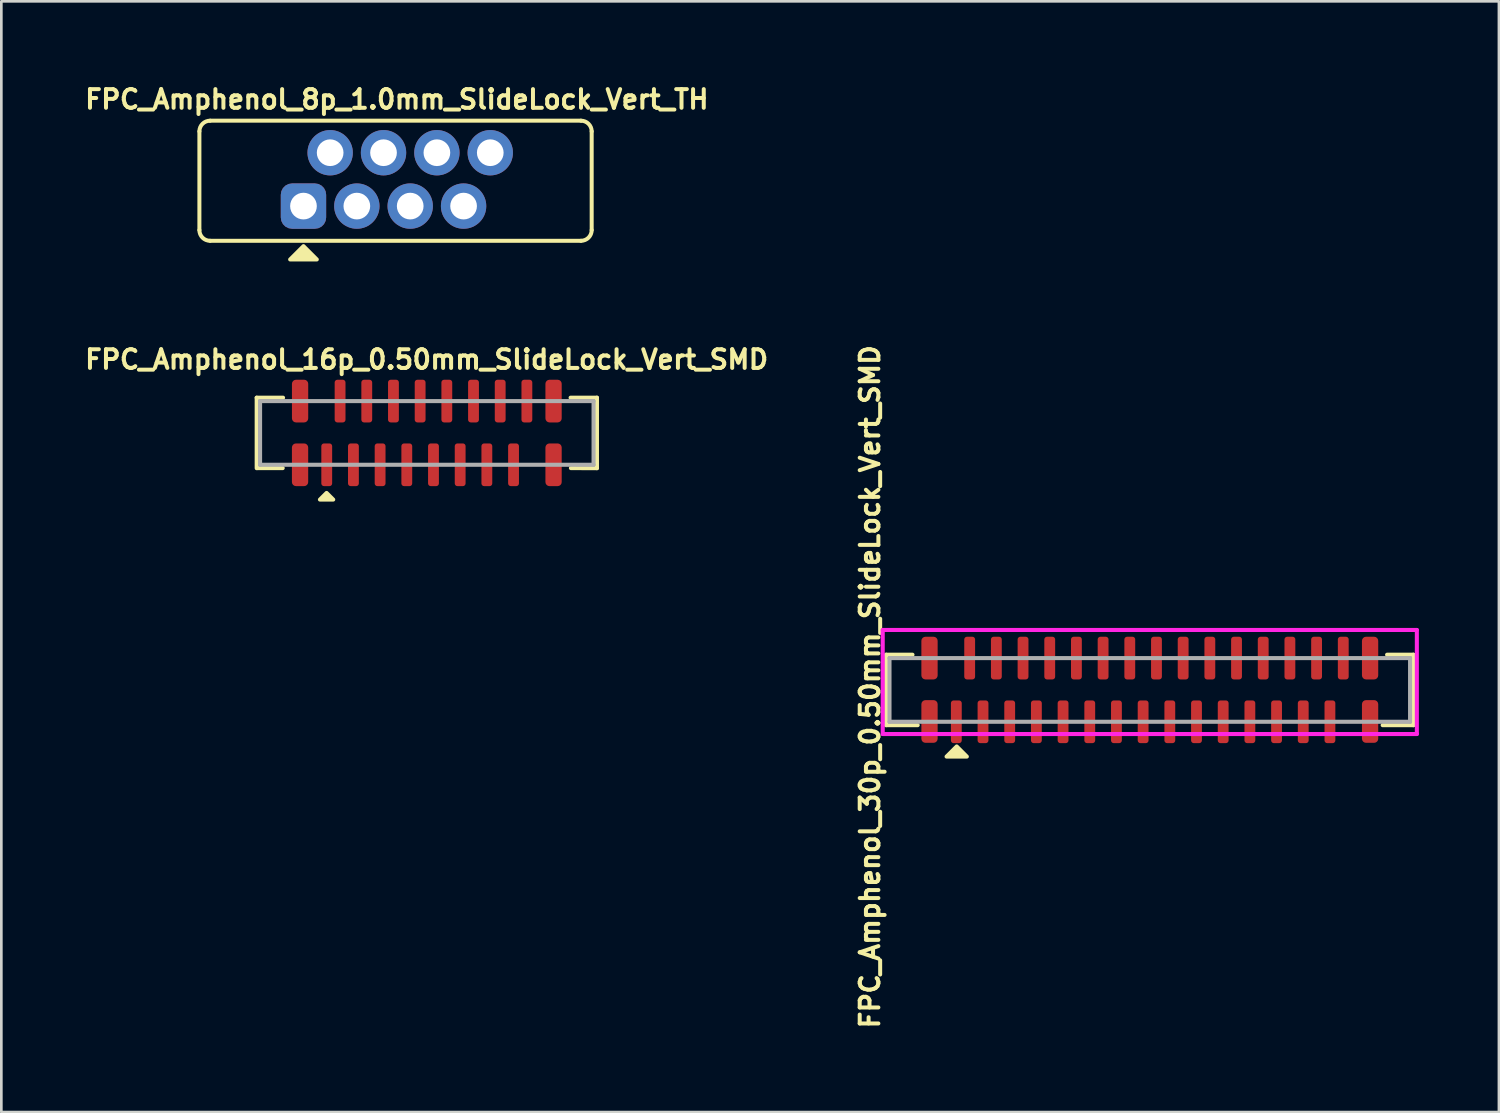
<source format=kicad_pcb>
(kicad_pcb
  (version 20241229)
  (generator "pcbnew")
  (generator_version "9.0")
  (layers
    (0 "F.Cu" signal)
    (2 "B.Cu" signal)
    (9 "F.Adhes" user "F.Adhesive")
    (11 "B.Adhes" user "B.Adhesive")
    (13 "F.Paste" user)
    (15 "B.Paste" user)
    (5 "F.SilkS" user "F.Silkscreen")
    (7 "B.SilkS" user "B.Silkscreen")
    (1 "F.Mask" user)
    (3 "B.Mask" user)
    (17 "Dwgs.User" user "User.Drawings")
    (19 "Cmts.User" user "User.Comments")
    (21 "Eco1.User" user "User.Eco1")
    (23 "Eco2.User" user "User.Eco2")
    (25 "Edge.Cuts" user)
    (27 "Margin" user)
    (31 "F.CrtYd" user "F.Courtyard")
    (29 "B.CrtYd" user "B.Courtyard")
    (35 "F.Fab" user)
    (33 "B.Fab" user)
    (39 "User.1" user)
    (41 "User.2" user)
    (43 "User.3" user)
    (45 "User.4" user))
  (footprint "FPC_Amphenol_30p_0.50mm_SlideLock_Vert_SMD"
    (layer "F.Cu")
    (at 40.04 22.762)
    (property "Reference" "FPC_Amphenol_30p_0.50mm_SlideLock_Vert_SMD" (at -10.49 -0.076 270) (layer "F.SilkS") (effects (font (size 0.7 0.7) (thickness 0.15))))
    (attr through_hole)
    (fp_line (start -9.884 -1.278) (end -9.884 1.363) (stroke (width 0.152) (type solid)) (layer "F.SilkS"))
    (fp_line (start -9.884 1.363) (end -8.701 1.363) (stroke (width 0.152) (type solid)) (layer "F.SilkS"))
    (fp_line (start -8.896 -1.278) (end -9.884 -1.278) (stroke (width 0.152) (type solid)) (layer "F.SilkS"))
    (fp_line (start 8.723 1.363) (end 9.877 1.363) (stroke (width 0.152) (type solid)) (layer "F.SilkS"))
    (fp_line (start 9.877 -1.278) (end 8.889 -1.278) (stroke (width 0.152) (type solid)) (layer "F.SilkS"))
    (fp_line (start 9.877 1.363) (end 9.877 -1.278) (stroke (width 0.152) (type solid)) (layer "F.SilkS"))
    (fp_poly (pts (xy -7.239 2.159) (xy -7.62 2.54) (xy -6.858 2.54)) (stroke (width 0.15) (type solid)) (fill yes) (layer "F.SilkS"))
    (fp_line (start -10.011 -2.205) (end -10.011 1.694) (stroke (width 0.152) (type solid)) (layer "F.CrtYd"))
    (fp_line (start -10.011 1.694) (end 10.004 1.694) (stroke (width 0.152) (type solid)) (layer "F.CrtYd"))
    (fp_line (start 10.004 -2.205) (end -10.011 -2.205) (stroke (width 0.152) (type solid)) (layer "F.CrtYd"))
    (fp_line (start 10.004 1.694) (end 10.004 -2.205) (stroke (width 0.152) (type solid)) (layer "F.CrtYd"))
    (fp_line (start -9.757 -1.151) (end -9.757 1.236) (stroke (width 0.152) (type solid)) (layer "F.Fab"))
    (fp_line (start -9.757 1.236) (end 9.75 1.236) (stroke (width 0.152) (type solid)) (layer "F.Fab"))
    (fp_line (start 9.75 -1.151) (end -9.757 -1.151) (stroke (width 0.152) (type solid)) (layer "F.Fab"))
    (fp_line (start 9.75 1.236) (end 9.75 -1.151) (stroke (width 0.152) (type solid)) (layer "F.Fab"))
    (pad "1" smd roundrect (at -7.253 1.236 270) (size 1.6 0.406) (layers "F.Cu" "F.Mask" "F.Paste") (roundrect_rratio 0.25))
    (pad "2" smd roundrect (at -6.753 -1.151 270) (size 1.6 0.406) (layers "F.Cu" "F.Mask" "F.Paste") (roundrect_rratio 0.25))
    (pad "3" smd roundrect (at -6.253 1.236 270) (size 1.6 0.406) (layers "F.Cu" "F.Mask" "F.Paste") (roundrect_rratio 0.25))
    (pad "4" smd roundrect (at -5.753 -1.151 90) (size 1.6 0.406) (layers "F.Cu" "F.Mask" "F.Paste") (roundrect_rratio 0.25))
    (pad "5" smd roundrect (at -5.253 1.236 270) (size 1.6 0.406) (layers "F.Cu" "F.Mask" "F.Paste") (roundrect_rratio 0.25))
    (pad "6" smd roundrect (at -4.753 -1.151 270) (size 1.6 0.406) (layers "F.Cu" "F.Mask" "F.Paste") (roundrect_rratio 0.25))
    (pad "7" smd roundrect (at -4.253 1.236 270) (size 1.6 0.406) (layers "F.Cu" "F.Mask" "F.Paste") (roundrect_rratio 0.25))
    (pad "8" smd roundrect (at -3.753 -1.151 270) (size 1.6 0.406) (layers "F.Cu" "F.Mask" "F.Paste") (roundrect_rratio 0.25))
    (pad "9" smd roundrect (at -3.253 1.236 270) (size 1.6 0.406) (layers "F.Cu" "F.Mask" "F.Paste") (roundrect_rratio 0.25))
    (pad "10" smd roundrect (at -2.753 -1.151 270) (size 1.6 0.406) (layers "F.Cu" "F.Mask" "F.Paste") (roundrect_rratio 0.25))
    (pad "11" smd roundrect (at -2.253 1.236 270) (size 1.6 0.406) (layers "F.Cu" "F.Mask" "F.Paste") (roundrect_rratio 0.25))
    (pad "12" smd roundrect (at -1.753 -1.151 270) (size 1.6 0.406) (layers "F.Cu" "F.Mask" "F.Paste") (roundrect_rratio 0.25))
    (pad "13" smd roundrect (at -1.253 1.236 270) (size 1.6 0.406) (layers "F.Cu" "F.Mask" "F.Paste") (roundrect_rratio 0.25))
    (pad "14" smd roundrect (at -0.753 -1.151 270) (size 1.6 0.406) (layers "F.Cu" "F.Mask" "F.Paste") (roundrect_rratio 0.25))
    (pad "15" smd roundrect (at -0.253 1.236 270) (size 1.6 0.406) (layers "F.Cu" "F.Mask" "F.Paste") (roundrect_rratio 0.25))
    (pad "16" smd roundrect (at 0.247 -1.151 270) (size 1.6 0.406) (layers "F.Cu" "F.Mask" "F.Paste") (roundrect_rratio 0.25))
    (pad "17" smd roundrect (at 0.747 1.236 270) (size 1.6 0.406) (layers "F.Cu" "F.Mask" "F.Paste") (roundrect_rratio 0.25))
    (pad "18" smd roundrect (at 1.247 -1.151 270) (size 1.6 0.406) (layers "F.Cu" "F.Mask" "F.Paste") (roundrect_rratio 0.25))
    (pad "19" smd roundrect (at 1.747 1.236 270) (size 1.6 0.406) (layers "F.Cu" "F.Mask" "F.Paste") (roundrect_rratio 0.25))
    (pad "20" smd roundrect (at 2.247 -1.151 270) (size 1.6 0.406) (layers "F.Cu" "F.Mask" "F.Paste") (roundrect_rratio 0.25))
    (pad "21" smd roundrect (at 2.747 1.236 270) (size 1.6 0.406) (layers "F.Cu" "F.Mask" "F.Paste") (roundrect_rratio 0.25))
    (pad "22" smd roundrect (at 3.247 -1.151 270) (size 1.6 0.406) (layers "F.Cu" "F.Mask" "F.Paste") (roundrect_rratio 0.25))
    (pad "23" smd roundrect (at 3.747 1.236 270) (size 1.6 0.406) (layers "F.Cu" "F.Mask" "F.Paste") (roundrect_rratio 0.25))
    (pad "24" smd roundrect (at 4.247 -1.151 270) (size 1.6 0.406) (layers "F.Cu" "F.Mask" "F.Paste") (roundrect_rratio 0.25))
    (pad "25" smd roundrect (at 4.747 1.236 270) (size 1.6 0.406) (layers "F.Cu" "F.Mask" "F.Paste") (roundrect_rratio 0.25))
    (pad "26" smd roundrect (at 5.247 -1.151 270) (size 1.6 0.406) (layers "F.Cu" "F.Mask" "F.Paste") (roundrect_rratio 0.25))
    (pad "27" smd roundrect (at 5.747 1.236 270) (size 1.6 0.406) (layers "F.Cu" "F.Mask" "F.Paste") (roundrect_rratio 0.25))
    (pad "28" smd roundrect (at 6.247 -1.151 270) (size 1.6 0.406) (layers "F.Cu" "F.Mask" "F.Paste") (roundrect_rratio 0.25))
    (pad "29" smd roundrect (at 6.747 1.236 270) (size 1.6 0.406) (layers "F.Cu" "F.Mask" "F.Paste") (roundrect_rratio 0.25))
    (pad "30" smd roundrect (at 7.247 -1.151 270) (size 1.6 0.406) (layers "F.Cu" "F.Mask" "F.Paste") (roundrect_rratio 0.25))
    (pad "31" smd roundrect (at -8.258 -1.151 180) (size 0.61 1.6) (layers "F.Cu" "F.Mask" "F.Paste") (roundrect_rratio 0.25))
    (pad "31" smd roundrect (at -8.258 1.224 180) (size 0.61 1.6) (layers "F.Cu" "F.Mask" "F.Paste") (roundrect_rratio 0.25))
    (pad "31" smd roundrect (at 8.252 -1.151 180) (size 0.61 1.6) (layers "F.Cu" "F.Mask" "F.Paste") (roundrect_rratio 0.25))
    (pad "31" smd roundrect (at 8.252 1.224 180) (size 0.61 1.6) (layers "F.Cu" "F.Mask" "F.Paste") (roundrect_rratio 0.25)))
  (footprint "FPC_Amphenol_16p_0.50mm_SlideLock_Vert_SMD"
    (layer "F.Cu")
    (at 12.938 13.171)
    (property "Reference" "FPC_Amphenol_16p_0.50mm_SlideLock_Vert_SMD" (at 0 -2.75 180) (layer "F.SilkS") (effects (font (size 0.7 0.7) (thickness 0.15))))
    (attr smd)
    (fp_line (start -6.369 -1.318) (end -6.369 1.323) (stroke (width 0.152) (type solid)) (layer "F.SilkS"))
    (fp_line (start -6.344 1.321) (end -5.394 1.321) (stroke (width 0.152) (type solid)) (layer "F.SilkS"))
    (fp_line (start -5.381 -1.318) (end -6.369 -1.318) (stroke (width 0.152) (type solid)) (layer "F.SilkS"))
    (fp_line (start 5.406 1.321) (end 6.382 1.323) (stroke (width 0.152) (type solid)) (layer "F.SilkS"))
    (fp_line (start 6.382 -1.318) (end 5.394 -1.318) (stroke (width 0.152) (type solid)) (layer "F.SilkS"))
    (fp_line (start 6.382 1.323) (end 6.382 -1.318) (stroke (width 0.152) (type solid)) (layer "F.SilkS"))
    (fp_poly (pts (xy -3.75 2.25) (xy -4 2.5) (xy -3.5 2.5)) (stroke (width 0.15) (type solid)) (fill yes) (layer "F.SilkS"))
    (fp_line (start -6.242 -1.191) (end -6.242 1.196) (stroke (width 0.152) (type solid)) (layer "F.Fab"))
    (fp_line (start -6.242 1.196) (end 6.255 1.196) (stroke (width 0.152) (type solid)) (layer "F.Fab"))
    (fp_line (start 6.255 -1.191) (end -6.242 -1.191) (stroke (width 0.152) (type solid)) (layer "F.Fab"))
    (fp_line (start 6.255 1.196) (end 6.255 -1.191) (stroke (width 0.152) (type solid)) (layer "F.Fab"))
    (pad "1" smd roundrect (at -3.744 1.196 270) (size 1.6 0.406) (layers "F.Cu" "F.Mask" "F.Paste") (roundrect_rratio 0.25))
    (pad "2" smd roundrect (at -3.244 -1.191 270) (size 1.6 0.406) (layers "F.Cu" "F.Mask" "F.Paste") (roundrect_rratio 0.25))
    (pad "3" smd roundrect (at -2.744 1.196 270) (size 1.6 0.406) (layers "F.Cu" "F.Mask" "F.Paste") (roundrect_rratio 0.25))
    (pad "4" smd roundrect (at -2.244 -1.191 270) (size 1.6 0.406) (layers "F.Cu" "F.Mask" "F.Paste") (roundrect_rratio 0.25))
    (pad "5" smd roundrect (at -1.744 1.196 270) (size 1.6 0.406) (layers "F.Cu" "F.Mask" "F.Paste") (roundrect_rratio 0.25))
    (pad "6" smd roundrect (at -1.244 -1.191 270) (size 1.6 0.406) (layers "F.Cu" "F.Mask" "F.Paste") (roundrect_rratio 0.25))
    (pad "7" smd roundrect (at -0.744 1.196 270) (size 1.6 0.406) (layers "F.Cu" "F.Mask" "F.Paste") (roundrect_rratio 0.25))
    (pad "8" smd roundrect (at -0.244 -1.191 270) (size 1.6 0.406) (layers "F.Cu" "F.Mask" "F.Paste") (roundrect_rratio 0.25))
    (pad "9" smd roundrect (at 0.256 1.196 270) (size 1.6 0.406) (layers "F.Cu" "F.Mask" "F.Paste") (roundrect_rratio 0.25))
    (pad "10" smd roundrect (at 0.756 -1.191 270) (size 1.6 0.406) (layers "F.Cu" "F.Mask" "F.Paste") (roundrect_rratio 0.25))
    (pad "11" smd roundrect (at 1.256 1.196 270) (size 1.6 0.406) (layers "F.Cu" "F.Mask" "F.Paste") (roundrect_rratio 0.25))
    (pad "12" smd roundrect (at 1.756 -1.191 270) (size 1.6 0.406) (layers "F.Cu" "F.Mask" "F.Paste") (roundrect_rratio 0.25))
    (pad "13" smd roundrect (at 2.256 1.196 270) (size 1.6 0.406) (layers "F.Cu" "F.Mask" "F.Paste") (roundrect_rratio 0.25))
    (pad "14" smd roundrect (at 2.756 -1.191 270) (size 1.6 0.406) (layers "F.Cu" "F.Mask" "F.Paste") (roundrect_rratio 0.25))
    (pad "15" smd roundrect (at 3.256 1.196 270) (size 1.6 0.406) (layers "F.Cu" "F.Mask" "F.Paste") (roundrect_rratio 0.25))
    (pad "16" smd roundrect (at 3.756 -1.191 270) (size 1.6 0.406) (layers "F.Cu" "F.Mask" "F.Paste") (roundrect_rratio 0.25))
    (pad "17" smd roundrect (at -4.744 1.196 180) (size 0.61 1.6) (layers "F.Cu" "F.Mask" "F.Paste") (roundrect_rratio 0.25))
    (pad "17" smd roundrect (at -4.743 -1.191 180) (size 0.61 1.6) (layers "F.Cu" "F.Mask" "F.Paste") (roundrect_rratio 0.25))
    (pad "17" smd roundrect (at 4.756 -1.191 180) (size 0.61 1.6) (layers "F.Cu" "F.Mask" "F.Paste") (roundrect_rratio 0.25))
    (pad "17" smd roundrect (at 4.756 1.196 180) (size 0.61 1.6) (layers "F.Cu" "F.Mask" "F.Paste") (roundrect_rratio 0.25)))
  (footprint "FPC_Amphenol_8p_1.0mm_SlideLock_Vert_TH"
    (layer "F.Cu")
    (at 11.822 3.673)
    (property "Reference" "FPC_Amphenol_8p_1.0mm_SlideLock_Vert_TH" (at 0 -3 0) (layer "F.SilkS") (effects (font (size 0.7 0.7) (thickness 0.15))))
    (attr through_hole)
    (fp_line (start -7.4 -1.8) (end -7.4 1.9) (stroke (width 0.15) (type solid)) (layer "F.SilkS"))
    (fp_line (start -7 -2.2) (end 6.9 -2.2) (stroke (width 0.15) (type solid)) (layer "F.SilkS"))
    (fp_line (start 6.9 2.3) (end -7 2.3) (stroke (width 0.15) (type solid)) (layer "F.SilkS"))
    (fp_line (start 7.3 -1.8) (end 7.3 1.9) (stroke (width 0.15) (type solid)) (layer "F.SilkS"))
    (fp_arc (start -7.4 -1.8) (mid -7.282843 -2.082843) (end -7 -2.2) (stroke (width 0.15) (type solid)) (layer "F.SilkS"))
    (fp_arc (start -7 2.3) (mid -7.282843 2.182843) (end -7.4 1.9) (stroke (width 0.15) (type solid)) (layer "F.SilkS"))
    (fp_arc (start 6.9 -2.2) (mid 7.182843 -2.082843) (end 7.3 -1.8) (stroke (width 0.15) (type solid)) (layer "F.SilkS"))
    (fp_arc (start 7.3 1.9) (mid 7.182843 2.182843) (end 6.9 2.3) (stroke (width 0.15) (type solid)) (layer "F.SilkS"))
    (fp_poly (pts (xy -3.5 2.5) (xy -4 3) (xy -3 3)) (stroke (width 0.15) (type solid)) (fill yes) (layer "F.SilkS"))
    (pad "1" thru_hole roundrect (at -3.5 1) (size 1.7 1.7) (drill 1) (layers "*.Cu" "*.Mask") (roundrect_rratio 0.25))
    (pad "2" thru_hole circle (at -2.5 -1) (size 1.7 1.7) (drill 1) (layers "*.Cu" "*.Mask"))
    (pad "3" thru_hole circle (at -1.5 1) (size 1.7 1.7) (drill 1) (layers "*.Cu" "*.Mask"))
    (pad "4" thru_hole circle (at -0.5 -1) (size 1.7 1.7) (drill 1) (layers "*.Cu" "*.Mask"))
    (pad "5" thru_hole circle (at 0.5 1) (size 1.7 1.7) (drill 1) (layers "*.Cu" "*.Mask"))
    (pad "6" thru_hole circle (at 1.5 -1) (size 1.7 1.7) (drill 1) (layers "*.Cu" "*.Mask"))
    (pad "7" thru_hole circle (at 2.5 1) (size 1.7 1.7) (drill 1) (layers "*.Cu" "*.Mask"))
    (pad "8" thru_hole circle (at 3.5 -1) (size 1.7 1.7) (drill 1) (layers "*.Cu" "*.Mask")))
  (gr_rect
    (start -3 -3)
    (end 53.12 38.624)
    (stroke (width 0.1) (type default))
    (fill no)
    (layer "Edge.Cuts")))
</source>
